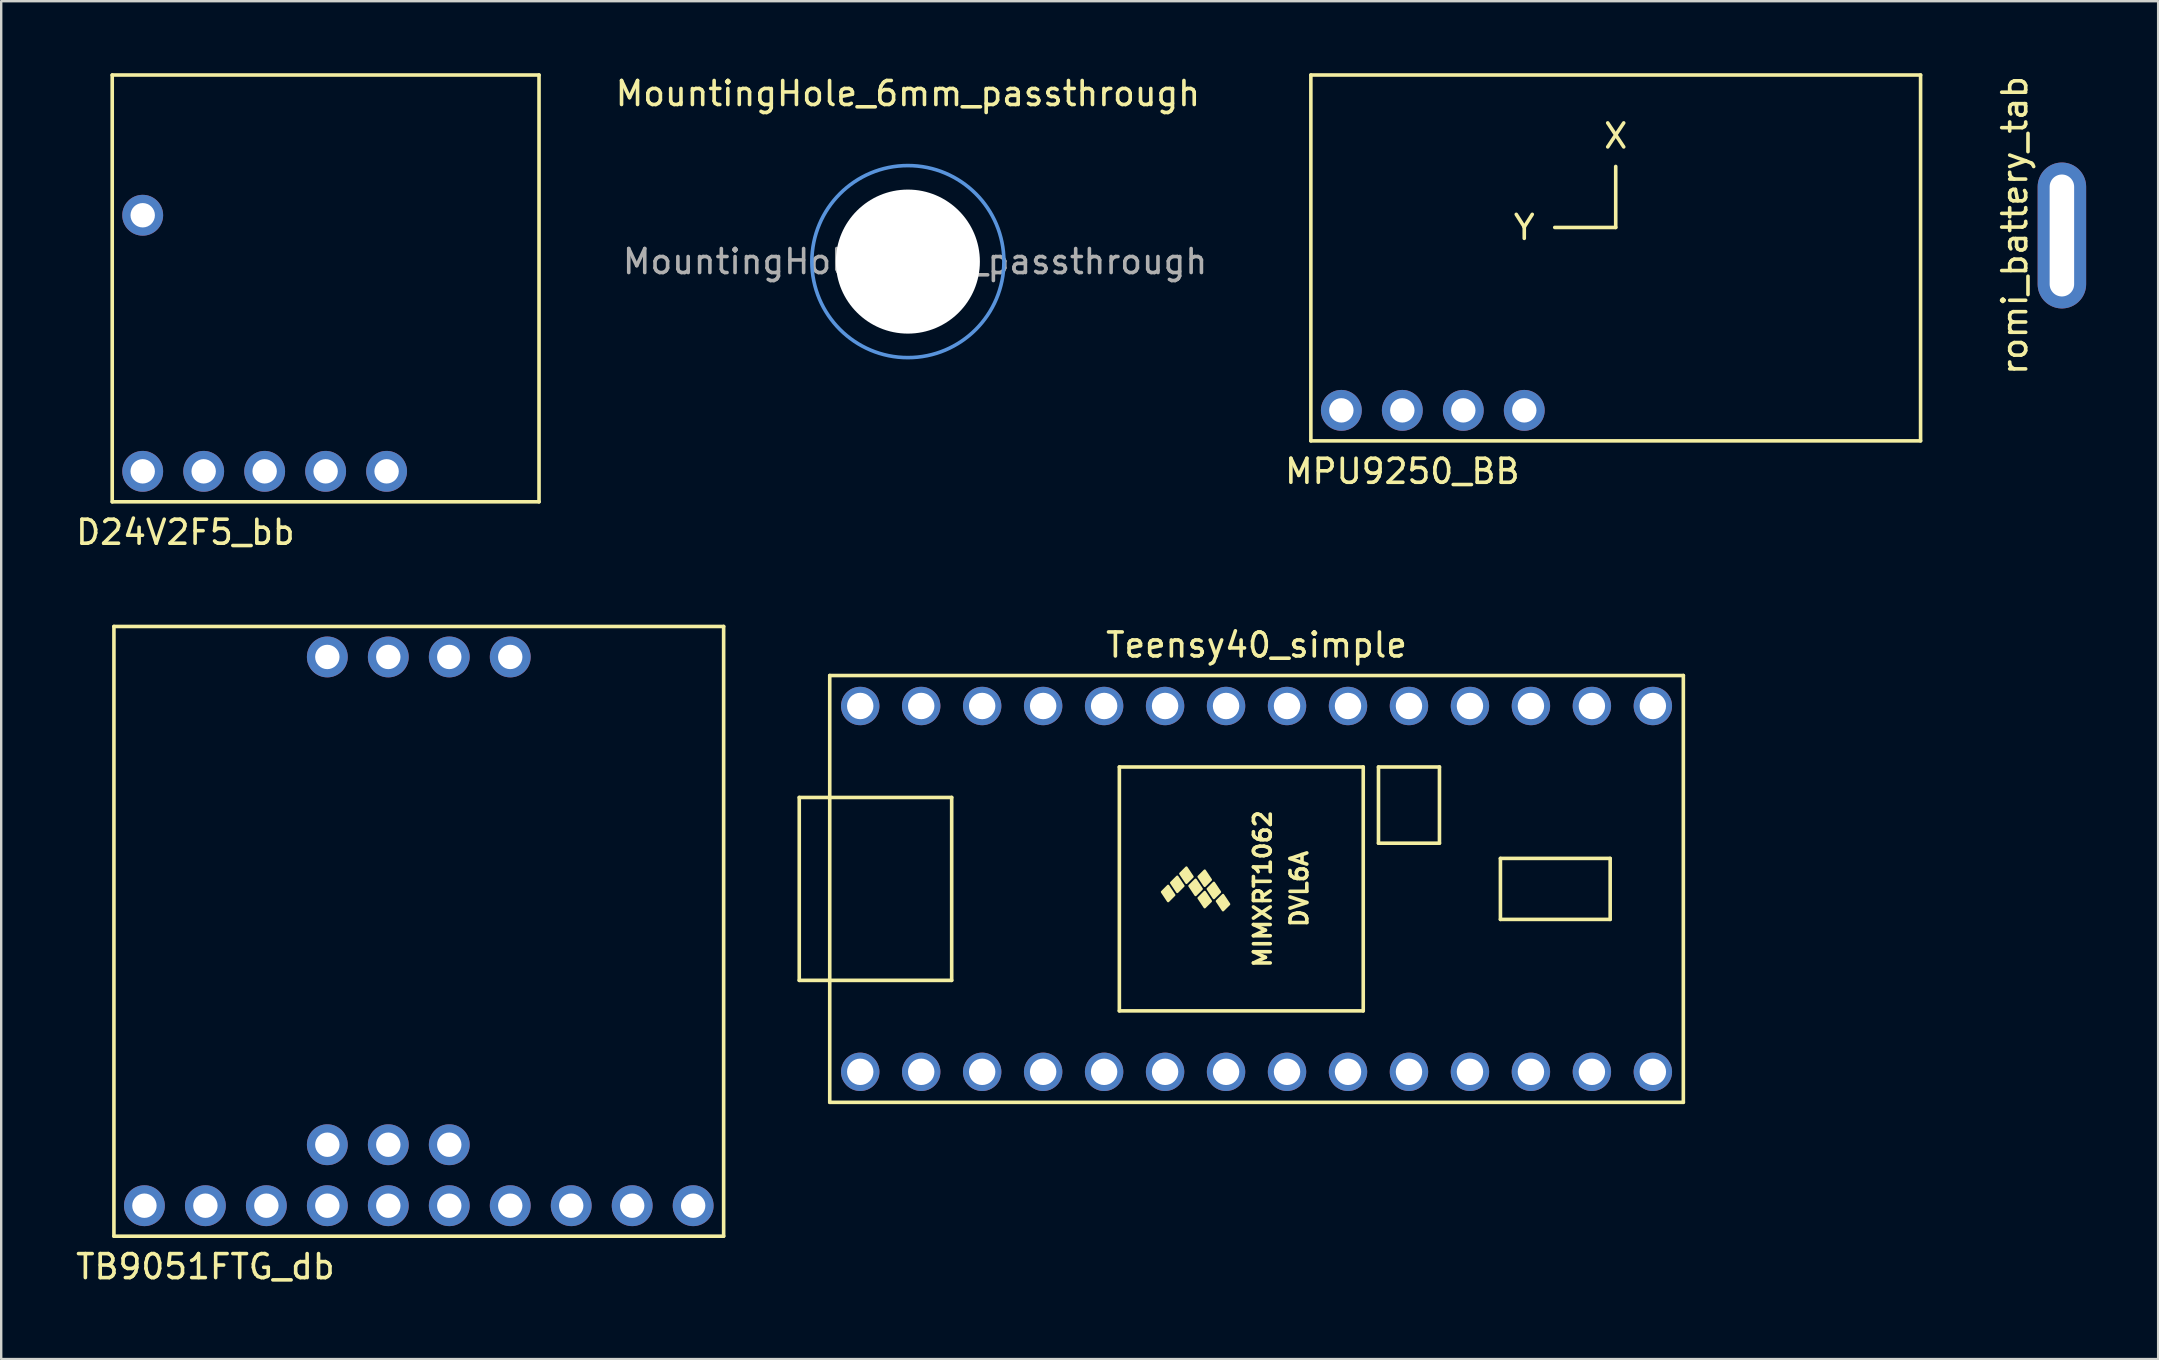
<source format=kicad_pcb>
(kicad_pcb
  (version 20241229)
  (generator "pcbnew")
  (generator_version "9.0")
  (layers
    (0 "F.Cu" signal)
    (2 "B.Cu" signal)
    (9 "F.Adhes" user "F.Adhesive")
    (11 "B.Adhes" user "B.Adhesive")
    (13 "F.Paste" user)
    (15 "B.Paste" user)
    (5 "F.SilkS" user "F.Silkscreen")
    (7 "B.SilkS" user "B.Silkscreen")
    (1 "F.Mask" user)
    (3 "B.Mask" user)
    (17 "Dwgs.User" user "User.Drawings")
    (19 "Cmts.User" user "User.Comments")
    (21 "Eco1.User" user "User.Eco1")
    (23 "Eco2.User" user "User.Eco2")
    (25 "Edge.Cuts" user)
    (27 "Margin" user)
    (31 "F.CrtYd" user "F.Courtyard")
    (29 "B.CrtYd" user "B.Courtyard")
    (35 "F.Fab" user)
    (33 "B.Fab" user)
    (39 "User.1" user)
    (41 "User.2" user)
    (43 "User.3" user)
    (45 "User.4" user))
  (footprint "D24V2F5_bb"
    (layer "F.Cu")
    (at 2.895 16.585)
    (property "Reference" "D24V2F5_bb" (at 1.778 2.54 0) (layer "F.SilkS") (effects (font (size 1 1) (thickness 0.15))))
    (attr through_hole)
    (fp_line (start -1.27 -16.51) (end -1.27 1.27) (stroke (width 0.15) (type solid)) (layer "F.SilkS"))
    (fp_line (start -1.27 1.27) (end 16.51 1.27) (stroke (width 0.15) (type solid)) (layer "F.SilkS"))
    (fp_line (start 16.51 -16.51) (end -1.27 -16.51) (stroke (width 0.15) (type solid)) (layer "F.SilkS"))
    (fp_line (start 16.51 1.27) (end 16.51 -16.51) (stroke (width 0.15) (type solid)) (layer "F.SilkS"))
    (pad "1" thru_hole circle (at 0 0) (size 1.702 1.702) (drill 1.016) (layers "*.Cu" "*.Mask"))
    (pad "2" thru_hole circle (at 2.54 0) (size 1.702 1.702) (drill 1.016) (layers "*.Cu" "*.Mask"))
    (pad "3" thru_hole circle (at 5.08 0) (size 1.702 1.702) (drill 1.016) (layers "*.Cu" "*.Mask"))
    (pad "4" thru_hole circle (at 7.62 0) (size 1.702 1.702) (drill 1.016) (layers "*.Cu" "*.Mask"))
    (pad "5" thru_hole circle (at 10.16 0) (size 1.702 1.702) (drill 1.016) (layers "*.Cu" "*.Mask"))
    (pad "6" thru_hole circle (at 0 -10.668) (size 1.702 1.702) (drill 1.016) (layers "*.Cu" "*.Mask")))
  (footprint "MPU9250_BB"
    (layer "F.Cu")
    (at 52.829 14.045)
    (property "Reference" "MPU9250_BB" (at 2.54 2.54 0) (layer "F.SilkS") (effects (font (size 1 1) (thickness 0.15))))
    (attr through_hole)
    (fp_line (start -1.27 -13.97) (end -1.27 1.27) (stroke (width 0.15) (type solid)) (layer "F.SilkS"))
    (fp_line (start -1.27 1.27) (end 24.13 1.27) (stroke (width 0.15) (type solid)) (layer "F.SilkS"))
    (fp_line (start 11.43 -7.62) (end 8.89 -7.62) (stroke (width 0.15) (type solid)) (layer "F.SilkS"))
    (fp_line (start 11.43 -7.62) (end 11.43 -10.16) (stroke (width 0.15) (type solid)) (layer "F.SilkS"))
    (fp_line (start 24.13 -13.97) (end -1.27 -13.97) (stroke (width 0.15) (type solid)) (layer "F.SilkS"))
    (fp_line (start 24.13 1.27) (end 24.13 -13.97) (stroke (width 0.15) (type solid)) (layer "F.SilkS"))
    (fp_text user "Y" (at 7.62 -7.62 0) (layer "F.SilkS") (effects (font (size 1 1) (thickness 0.15))))
    (fp_text user "X" (at 11.43 -11.43 0) (layer "F.SilkS") (effects (font (size 1 1) (thickness 0.15))))
    (pad "1" thru_hole circle (at 0 0) (size 1.702 1.702) (drill 1.016) (layers "*.Cu" "*.Mask"))
    (pad "2" thru_hole circle (at 2.54 0) (size 1.702 1.702) (drill 1.016) (layers "*.Cu" "*.Mask"))
    (pad "3" thru_hole circle (at 5.08 0) (size 1.702 1.702) (drill 1.016) (layers "*.Cu" "*.Mask"))
    (pad "4" thru_hole circle (at 7.62 0) (size 1.702 1.702) (drill 1.016) (layers "*.Cu" "*.Mask")))
  (footprint "romi_battery_tab"
    (layer "F.Cu")
    (at 82.846 6.76)
    (property "Reference" "romi_battery_tab" (at -1.963 -0.421 90) (layer "F.SilkS") (effects (font (size 1 1) (thickness 0.15))))
    (attr through_hole)
    (pad "1" thru_hole oval (at 0 0) (size 2.02 6.08) (drill oval 1.02 5.08) (layers "*.Cu" "*.Mask")))
  (footprint "TB9051FTG_db"
    (layer "F.Cu")
    (at 2.966 47.178)
    (property "Reference" "TB9051FTG_db" (at 2.54 2.54 0) (layer "F.SilkS") (effects (font (size 1 1) (thickness 0.15))))
    (attr through_hole)
    (fp_line (start -1.27 -24.13) (end -1.27 1.27) (stroke (width 0.15) (type solid)) (layer "F.SilkS"))
    (fp_line (start -1.27 1.27) (end 24.13 1.27) (stroke (width 0.15) (type solid)) (layer "F.SilkS"))
    (fp_line (start 24.13 -24.13) (end -1.27 -24.13) (stroke (width 0.15) (type solid)) (layer "F.SilkS"))
    (fp_line (start 24.13 1.27) (end 24.13 -24.13) (stroke (width 0.15) (type solid)) (layer "F.SilkS"))
    (pad "1" thru_hole circle (at 0 0) (size 1.702 1.702) (drill 1.016) (layers "*.Cu" "*.Mask"))
    (pad "2" thru_hole circle (at 2.54 0) (size 1.702 1.702) (drill 1.016) (layers "*.Cu" "*.Mask"))
    (pad "3" thru_hole circle (at 5.08 0) (size 1.702 1.702) (drill 1.016) (layers "*.Cu" "*.Mask"))
    (pad "4" thru_hole circle (at 7.62 0) (size 1.702 1.702) (drill 1.016) (layers "*.Cu" "*.Mask"))
    (pad "5" thru_hole circle (at 10.16 0) (size 1.702 1.702) (drill 1.016) (layers "*.Cu" "*.Mask"))
    (pad "6" thru_hole circle (at 12.7 0) (size 1.702 1.702) (drill 1.016) (layers "*.Cu" "*.Mask"))
    (pad "7" thru_hole circle (at 15.24 0) (size 1.702 1.702) (drill 1.016) (layers "*.Cu" "*.Mask"))
    (pad "8" thru_hole circle (at 17.78 0) (size 1.702 1.702) (drill 1.016) (layers "*.Cu" "*.Mask"))
    (pad "9" thru_hole circle (at 20.32 0) (size 1.702 1.702) (drill 1.016) (layers "*.Cu" "*.Mask"))
    (pad "10" thru_hole circle (at 22.86 0) (size 1.702 1.702) (drill 1.016) (layers "*.Cu" "*.Mask"))
    (pad "11" thru_hole circle (at 15.24 -22.86) (size 1.702 1.702) (drill 1.016) (layers "*.Cu" "*.Mask"))
    (pad "12" thru_hole circle (at 12.7 -22.86) (size 1.702 1.702) (drill 1.016) (layers "*.Cu" "*.Mask"))
    (pad "13" thru_hole circle (at 10.16 -22.86) (size 1.702 1.702) (drill 1.016) (layers "*.Cu" "*.Mask"))
    (pad "14" thru_hole circle (at 7.62 -22.86) (size 1.702 1.702) (drill 1.016) (layers "*.Cu" "*.Mask"))
    (pad "15" thru_hole circle (at 7.62 -2.54) (size 1.702 1.702) (drill 1.016) (layers "*.Cu" "*.Mask"))
    (pad "16" thru_hole circle (at 10.16 -2.54) (size 1.702 1.702) (drill 1.016) (layers "*.Cu" "*.Mask"))
    (pad "17" thru_hole circle (at 12.7 -2.54) (size 1.702 1.702) (drill 1.016) (layers "*.Cu" "*.Mask")))
  (footprint "Teensy40_simple"
    (layer "F.Cu")
    (at 49.296 33.981)
    (property "Reference" "Teensy40_simple" (at 0 -10.16 0) (layer "F.SilkS") (effects (font (size 1 1) (thickness 0.15))))
    (attr through_hole)
    (fp_line (start -19.05 -3.81) (end -17.78 -3.81) (stroke (width 0.15) (type solid)) (layer "F.SilkS"))
    (fp_line (start -19.05 3.81) (end -19.05 -3.81) (stroke (width 0.15) (type solid)) (layer "F.SilkS"))
    (fp_line (start -17.78 -8.89) (end 17.78 -8.89) (stroke (width 0.15) (type solid)) (layer "F.SilkS"))
    (fp_line (start -17.78 3.81) (end -19.05 3.81) (stroke (width 0.15) (type solid)) (layer "F.SilkS"))
    (fp_line (start -17.78 8.89) (end -17.78 -8.89) (stroke (width 0.15) (type solid)) (layer "F.SilkS"))
    (fp_line (start -12.7 -3.81) (end -17.78 -3.81) (stroke (width 0.15) (type solid)) (layer "F.SilkS"))
    (fp_line (start -12.7 3.81) (end -17.78 3.81) (stroke (width 0.15) (type solid)) (layer "F.SilkS"))
    (fp_line (start -12.7 3.81) (end -12.7 -3.81) (stroke (width 0.15) (type solid)) (layer "F.SilkS"))
    (fp_line (start -5.715 -5.08) (end -5.715 5.08) (stroke (width 0.15) (type solid)) (layer "F.SilkS"))
    (fp_line (start 4.445 -5.08) (end -5.715 -5.08) (stroke (width 0.15) (type solid)) (layer "F.SilkS"))
    (fp_line (start 4.445 5.08) (end -5.715 5.08) (stroke (width 0.15) (type solid)) (layer "F.SilkS"))
    (fp_line (start 4.445 5.08) (end 4.445 -5.08) (stroke (width 0.15) (type solid)) (layer "F.SilkS"))
    (fp_line (start 5.08 -5.08) (end 7.62 -5.08) (stroke (width 0.15) (type solid)) (layer "F.SilkS"))
    (fp_line (start 5.08 -1.905) (end 5.08 -5.08) (stroke (width 0.15) (type solid)) (layer "F.SilkS"))
    (fp_line (start 7.62 -5.08) (end 7.62 -1.905) (stroke (width 0.15) (type solid)) (layer "F.SilkS"))
    (fp_line (start 7.62 -1.905) (end 5.08 -1.905) (stroke (width 0.15) (type solid)) (layer "F.SilkS"))
    (fp_line (start 10.16 -1.27) (end 14.732 -1.27) (stroke (width 0.15) (type solid)) (layer "F.SilkS"))
    (fp_line (start 10.16 1.27) (end 10.16 -1.27) (stroke (width 0.15) (type solid)) (layer "F.SilkS"))
    (fp_line (start 14.732 -1.27) (end 14.732 1.27) (stroke (width 0.15) (type solid)) (layer "F.SilkS"))
    (fp_line (start 14.732 1.27) (end 10.16 1.27) (stroke (width 0.15) (type solid)) (layer "F.SilkS"))
    (fp_line (start 17.78 -8.89) (end 17.78 8.89) (stroke (width 0.15) (type solid)) (layer "F.SilkS"))
    (fp_line (start 17.78 8.89) (end -17.78 8.89) (stroke (width 0.15) (type solid)) (layer "F.SilkS"))
    (fp_poly (pts (xy -3.937 0.127) (xy -3.683 -0.127) (xy -3.429 0.254) (xy -3.683 0.508)) (stroke (width 0.1) (type solid)) (fill yes) (layer "F.SilkS"))
    (fp_poly (pts (xy -3.556 -0.254) (xy -3.302 -0.508) (xy -3.048 -0.127) (xy -3.302 0.127)) (stroke (width 0.1) (type solid)) (fill yes) (layer "F.SilkS"))
    (fp_poly (pts (xy -3.175 -0.635) (xy -2.921 -0.889) (xy -2.667 -0.508) (xy -2.921 -0.254)) (stroke (width 0.1) (type solid)) (fill yes) (layer "F.SilkS"))
    (fp_poly (pts (xy -2.794 -0.127) (xy -2.54 -0.381) (xy -2.286 0) (xy -2.54 0.254)) (stroke (width 0.1) (type solid)) (fill yes) (layer "F.SilkS"))
    (fp_poly (pts (xy -2.413 -0.508) (xy -2.159 -0.762) (xy -1.905 -0.381) (xy -2.159 -0.127)) (stroke (width 0.1) (type solid)) (fill yes) (layer "F.SilkS"))
    (fp_poly (pts (xy -2.413 0.381) (xy -2.159 0.127) (xy -1.905 0.508) (xy -2.159 0.762)) (stroke (width 0.1) (type solid)) (fill yes) (layer "F.SilkS"))
    (fp_poly (pts (xy -2.032 0) (xy -1.778 -0.254) (xy -1.524 0.127) (xy -1.778 0.381)) (stroke (width 0.1) (type solid)) (fill yes) (layer "F.SilkS"))
    (fp_poly (pts (xy -1.651 0.508) (xy -1.397 0.254) (xy -1.143 0.635) (xy -1.397 0.889)) (stroke (width 0.1) (type solid)) (fill yes) (layer "F.SilkS"))
    (fp_text user "DVL6A" (at 1.778 0 90) (layer "F.SilkS") (effects (font (size 0.7 0.7) (thickness 0.15))))
    (fp_text user "MIMXRT1062" (at 0.254 0 90) (layer "F.SilkS") (effects (font (size 0.7 0.7) (thickness 0.15))))
    (pad "1" thru_hole circle (at -16.51 7.62) (size 1.6 1.6) (drill 1.1) (layers "*.Cu" "*.Mask"))
    (pad "2" thru_hole circle (at -13.97 7.62) (size 1.6 1.6) (drill 1.1) (layers "*.Cu" "*.Mask"))
    (pad "3" thru_hole circle (at -11.43 7.62) (size 1.6 1.6) (drill 1.1) (layers "*.Cu" "*.Mask"))
    (pad "4" thru_hole circle (at -8.89 7.62) (size 1.6 1.6) (drill 1.1) (layers "*.Cu" "*.Mask"))
    (pad "5" thru_hole circle (at -6.35 7.62) (size 1.6 1.6) (drill 1.1) (layers "*.Cu" "*.Mask"))
    (pad "6" thru_hole circle (at -3.81 7.62) (size 1.6 1.6) (drill 1.1) (layers "*.Cu" "*.Mask"))
    (pad "7" thru_hole circle (at -1.27 7.62) (size 1.6 1.6) (drill 1.1) (layers "*.Cu" "*.Mask"))
    (pad "8" thru_hole circle (at 1.27 7.62) (size 1.6 1.6) (drill 1.1) (layers "*.Cu" "*.Mask"))
    (pad "9" thru_hole circle (at 3.81 7.62) (size 1.6 1.6) (drill 1.1) (layers "*.Cu" "*.Mask"))
    (pad "10" thru_hole circle (at 6.35 7.62) (size 1.6 1.6) (drill 1.1) (layers "*.Cu" "*.Mask"))
    (pad "11" thru_hole circle (at 8.89 7.62) (size 1.6 1.6) (drill 1.1) (layers "*.Cu" "*.Mask"))
    (pad "12" thru_hole circle (at 11.43 7.62) (size 1.6 1.6) (drill 1.1) (layers "*.Cu" "*.Mask"))
    (pad "13" thru_hole circle (at 13.97 7.62) (size 1.6 1.6) (drill 1.1) (layers "*.Cu" "*.Mask"))
    (pad "14" thru_hole circle (at 16.51 7.62) (size 1.6 1.6) (drill 1.1) (layers "*.Cu" "*.Mask"))
    (pad "20" thru_hole circle (at 16.51 -7.62) (size 1.6 1.6) (drill 1.1) (layers "*.Cu" "*.Mask"))
    (pad "21" thru_hole circle (at 13.97 -7.62) (size 1.6 1.6) (drill 1.1) (layers "*.Cu" "*.Mask"))
    (pad "22" thru_hole circle (at 11.43 -7.62) (size 1.6 1.6) (drill 1.1) (layers "*.Cu" "*.Mask"))
    (pad "23" thru_hole circle (at 8.89 -7.62) (size 1.6 1.6) (drill 1.1) (layers "*.Cu" "*.Mask"))
    (pad "24" thru_hole circle (at 6.35 -7.62) (size 1.6 1.6) (drill 1.1) (layers "*.Cu" "*.Mask"))
    (pad "25" thru_hole circle (at 3.81 -7.62) (size 1.6 1.6) (drill 1.1) (layers "*.Cu" "*.Mask"))
    (pad "26" thru_hole circle (at 1.27 -7.62) (size 1.6 1.6) (drill 1.1) (layers "*.Cu" "*.Mask"))
    (pad "27" thru_hole circle (at -1.27 -7.62) (size 1.6 1.6) (drill 1.1) (layers "*.Cu" "*.Mask"))
    (pad "28" thru_hole circle (at -3.81 -7.62) (size 1.6 1.6) (drill 1.1) (layers "*.Cu" "*.Mask"))
    (pad "29" thru_hole circle (at -6.35 -7.62) (size 1.6 1.6) (drill 1.1) (layers "*.Cu" "*.Mask"))
    (pad "30" thru_hole circle (at -8.89 -7.62) (size 1.6 1.6) (drill 1.1) (layers "*.Cu" "*.Mask"))
    (pad "31" thru_hole circle (at -11.43 -7.62) (size 1.6 1.6) (drill 1.1) (layers "*.Cu" "*.Mask"))
    (pad "32" thru_hole circle (at -13.97 -7.62) (size 1.6 1.6) (drill 1.1) (layers "*.Cu" "*.Mask"))
    (pad "33" thru_hole circle (at -16.51 -7.62) (size 1.6 1.6) (drill 1.1) (layers "*.Cu" "*.Mask")))
  (footprint "MountingHole_6mm_passthrough"
    (layer "F.Cu")
    (at 34.771 7.848)
    (property "Reference" "MountingHole_6mm_passthrough" (at 0 -7 0) (layer "F.SilkS") (effects (font (size 1 1) (thickness 0.15))))
    (attr exclude_from_pos_files exclude_from_bom)
    (fp_circle (center 0 0) (end 4 0) (stroke (width 0.15) (type solid)) (fill no) (layer "Cmts.User"))
    (fp_circle (center 0 0) (end 4 0) (stroke (width 0.05) (type solid)) (fill no) (layer "F.CrtYd"))
    (fp_text user "${REFERENCE}" (at 0.3 0 0) (layer "F.Fab") (effects (font (size 1 1) (thickness 0.15))))
    (pad "" np_thru_hole circle (at 0 0) (size 6 6) (drill 6) (layers "*.Cu" "*.Mask")))
  (gr_rect
    (start -3 -3)
    (end 86.856 53.566)
    (stroke (width 0.1) (type default))
    (fill no)
    (layer "Edge.Cuts")))
</source>
